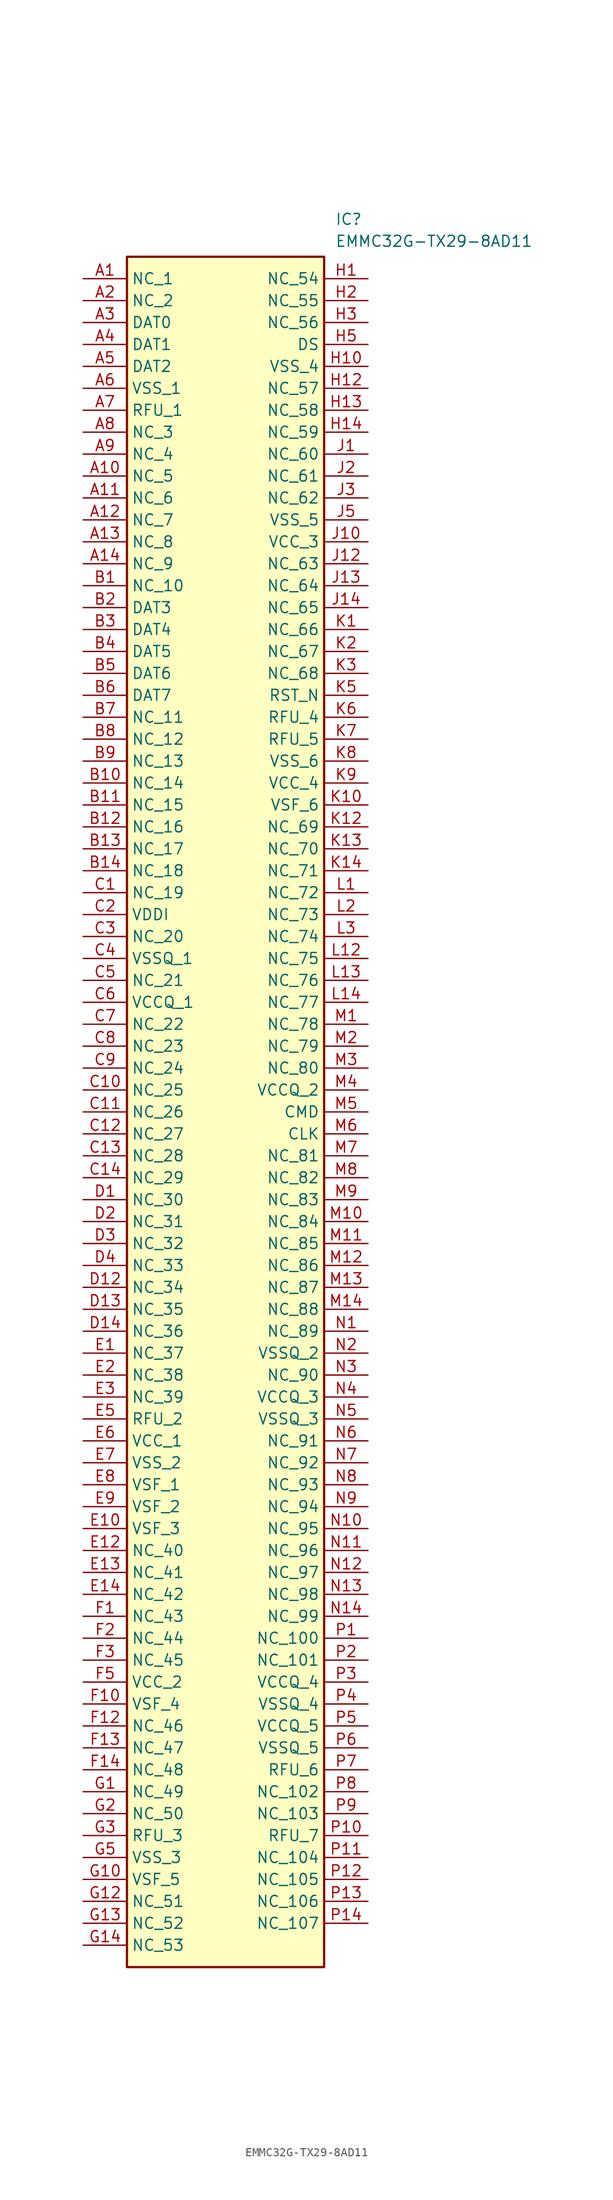
<source format=kicad_sym>
(kicad_symbol_lib
  (version 20211014)
  (generator SamacSys_ECAD_Model)
  (symbol "EMMC32G-TX29-8AD11"
    (property "Reference" "IC"
      (at 29.21 7.62 0)
      (effects (font (size 1.27 1.27)) (justify left top)))
    (property "Value" "EMMC32G-TX29-8AD11"
      (at 29.21 5.08 0)
      (effects (font (size 1.27 1.27)) (justify left top)))
    (rectangle
      (start 5.08 2.54)
      (end 27.94 -195.58)
      (stroke (width 0.254) (type default))
      (fill (type background)))
    (pin passive line
      (at 0 0 0)
      (length 5.08)
      (name "NC_1" (effects (font (size 1.27 1.27))))
      (number "A1" (effects (font (size 1.27 1.27)))))
    (pin passive line
      (at 0 -2.54 0)
      (length 5.08)
      (name "NC_2" (effects (font (size 1.27 1.27))))
      (number "A2" (effects (font (size 1.27 1.27)))))
    (pin passive line
      (at 0 -5.08 0)
      (length 5.08)
      (name "DAT0" (effects (font (size 1.27 1.27))))
      (number "A3" (effects (font (size 1.27 1.27)))))
    (pin passive line
      (at 0 -7.62 0)
      (length 5.08)
      (name "DAT1" (effects (font (size 1.27 1.27))))
      (number "A4" (effects (font (size 1.27 1.27)))))
    (pin passive line
      (at 0 -10.16 0)
      (length 5.08)
      (name "DAT2" (effects (font (size 1.27 1.27))))
      (number "A5" (effects (font (size 1.27 1.27)))))
    (pin passive line
      (at 0 -12.7 0)
      (length 5.08)
      (name "VSS_1" (effects (font (size 1.27 1.27))))
      (number "A6" (effects (font (size 1.27 1.27)))))
    (pin passive line
      (at 0 -15.24 0)
      (length 5.08)
      (name "RFU_1" (effects (font (size 1.27 1.27))))
      (number "A7" (effects (font (size 1.27 1.27)))))
    (pin passive line
      (at 0 -17.78 0)
      (length 5.08)
      (name "NC_3" (effects (font (size 1.27 1.27))))
      (number "A8" (effects (font (size 1.27 1.27)))))
    (pin passive line
      (at 0 -20.32 0)
      (length 5.08)
      (name "NC_4" (effects (font (size 1.27 1.27))))
      (number "A9" (effects (font (size 1.27 1.27)))))
    (pin passive line
      (at 0 -22.86 0)
      (length 5.08)
      (name "NC_5" (effects (font (size 1.27 1.27))))
      (number "A10" (effects (font (size 1.27 1.27)))))
    (pin passive line
      (at 0 -25.4 0)
      (length 5.08)
      (name "NC_6" (effects (font (size 1.27 1.27))))
      (number "A11" (effects (font (size 1.27 1.27)))))
    (pin passive line
      (at 0 -27.94 0)
      (length 5.08)
      (name "NC_7" (effects (font (size 1.27 1.27))))
      (number "A12" (effects (font (size 1.27 1.27)))))
    (pin passive line
      (at 0 -30.48 0)
      (length 5.08)
      (name "NC_8" (effects (font (size 1.27 1.27))))
      (number "A13" (effects (font (size 1.27 1.27)))))
    (pin passive line
      (at 0 -33.02 0)
      (length 5.08)
      (name "NC_9" (effects (font (size 1.27 1.27))))
      (number "A14" (effects (font (size 1.27 1.27)))))
    (pin passive line
      (at 0 -35.56 0)
      (length 5.08)
      (name "NC_10" (effects (font (size 1.27 1.27))))
      (number "B1" (effects (font (size 1.27 1.27)))))
    (pin passive line
      (at 0 -38.1 0)
      (length 5.08)
      (name "DAT3" (effects (font (size 1.27 1.27))))
      (number "B2" (effects (font (size 1.27 1.27)))))
    (pin passive line
      (at 0 -40.64 0)
      (length 5.08)
      (name "DAT4" (effects (font (size 1.27 1.27))))
      (number "B3" (effects (font (size 1.27 1.27)))))
    (pin passive line
      (at 0 -43.18 0)
      (length 5.08)
      (name "DAT5" (effects (font (size 1.27 1.27))))
      (number "B4" (effects (font (size 1.27 1.27)))))
    (pin passive line
      (at 0 -45.72 0)
      (length 5.08)
      (name "DAT6" (effects (font (size 1.27 1.27))))
      (number "B5" (effects (font (size 1.27 1.27)))))
    (pin passive line
      (at 0 -48.26 0)
      (length 5.08)
      (name "DAT7" (effects (font (size 1.27 1.27))))
      (number "B6" (effects (font (size 1.27 1.27)))))
    (pin passive line
      (at 0 -50.8 0)
      (length 5.08)
      (name "NC_11" (effects (font (size 1.27 1.27))))
      (number "B7" (effects (font (size 1.27 1.27)))))
    (pin passive line
      (at 0 -53.34 0)
      (length 5.08)
      (name "NC_12" (effects (font (size 1.27 1.27))))
      (number "B8" (effects (font (size 1.27 1.27)))))
    (pin passive line
      (at 0 -55.88 0)
      (length 5.08)
      (name "NC_13" (effects (font (size 1.27 1.27))))
      (number "B9" (effects (font (size 1.27 1.27)))))
    (pin passive line
      (at 0 -58.42 0)
      (length 5.08)
      (name "NC_14" (effects (font (size 1.27 1.27))))
      (number "B10" (effects (font (size 1.27 1.27)))))
    (pin passive line
      (at 0 -60.96 0)
      (length 5.08)
      (name "NC_15" (effects (font (size 1.27 1.27))))
      (number "B11" (effects (font (size 1.27 1.27)))))
    (pin passive line
      (at 0 -63.5 0)
      (length 5.08)
      (name "NC_16" (effects (font (size 1.27 1.27))))
      (number "B12" (effects (font (size 1.27 1.27)))))
    (pin passive line
      (at 0 -66.04 0)
      (length 5.08)
      (name "NC_17" (effects (font (size 1.27 1.27))))
      (number "B13" (effects (font (size 1.27 1.27)))))
    (pin passive line
      (at 0 -68.58 0)
      (length 5.08)
      (name "NC_18" (effects (font (size 1.27 1.27))))
      (number "B14" (effects (font (size 1.27 1.27)))))
    (pin passive line
      (at 0 -71.12 0)
      (length 5.08)
      (name "NC_19" (effects (font (size 1.27 1.27))))
      (number "C1" (effects (font (size 1.27 1.27)))))
    (pin passive line
      (at 0 -73.66 0)
      (length 5.08)
      (name "VDDI" (effects (font (size 1.27 1.27))))
      (number "C2" (effects (font (size 1.27 1.27)))))
    (pin passive line
      (at 0 -76.2 0)
      (length 5.08)
      (name "NC_20" (effects (font (size 1.27 1.27))))
      (number "C3" (effects (font (size 1.27 1.27)))))
    (pin passive line
      (at 0 -78.74 0)
      (length 5.08)
      (name "VSSQ_1" (effects (font (size 1.27 1.27))))
      (number "C4" (effects (font (size 1.27 1.27)))))
    (pin passive line
      (at 0 -81.28 0)
      (length 5.08)
      (name "NC_21" (effects (font (size 1.27 1.27))))
      (number "C5" (effects (font (size 1.27 1.27)))))
    (pin passive line
      (at 0 -83.82 0)
      (length 5.08)
      (name "VCCQ_1" (effects (font (size 1.27 1.27))))
      (number "C6" (effects (font (size 1.27 1.27)))))
    (pin passive line
      (at 0 -86.36 0)
      (length 5.08)
      (name "NC_22" (effects (font (size 1.27 1.27))))
      (number "C7" (effects (font (size 1.27 1.27)))))
    (pin passive line
      (at 0 -88.9 0)
      (length 5.08)
      (name "NC_23" (effects (font (size 1.27 1.27))))
      (number "C8" (effects (font (size 1.27 1.27)))))
    (pin passive line
      (at 0 -91.44 0)
      (length 5.08)
      (name "NC_24" (effects (font (size 1.27 1.27))))
      (number "C9" (effects (font (size 1.27 1.27)))))
    (pin passive line
      (at 0 -93.98 0)
      (length 5.08)
      (name "NC_25" (effects (font (size 1.27 1.27))))
      (number "C10" (effects (font (size 1.27 1.27)))))
    (pin passive line
      (at 0 -96.52 0)
      (length 5.08)
      (name "NC_26" (effects (font (size 1.27 1.27))))
      (number "C11" (effects (font (size 1.27 1.27)))))
    (pin passive line
      (at 0 -99.06 0)
      (length 5.08)
      (name "NC_27" (effects (font (size 1.27 1.27))))
      (number "C12" (effects (font (size 1.27 1.27)))))
    (pin passive line
      (at 0 -101.6 0)
      (length 5.08)
      (name "NC_28" (effects (font (size 1.27 1.27))))
      (number "C13" (effects (font (size 1.27 1.27)))))
    (pin passive line
      (at 0 -104.14 0)
      (length 5.08)
      (name "NC_29" (effects (font (size 1.27 1.27))))
      (number "C14" (effects (font (size 1.27 1.27)))))
    (pin passive line
      (at 0 -106.68 0)
      (length 5.08)
      (name "NC_30" (effects (font (size 1.27 1.27))))
      (number "D1" (effects (font (size 1.27 1.27)))))
    (pin passive line
      (at 0 -109.22 0)
      (length 5.08)
      (name "NC_31" (effects (font (size 1.27 1.27))))
      (number "D2" (effects (font (size 1.27 1.27)))))
    (pin passive line
      (at 0 -111.76 0)
      (length 5.08)
      (name "NC_32" (effects (font (size 1.27 1.27))))
      (number "D3" (effects (font (size 1.27 1.27)))))
    (pin passive line
      (at 0 -114.3 0)
      (length 5.08)
      (name "NC_33" (effects (font (size 1.27 1.27))))
      (number "D4" (effects (font (size 1.27 1.27)))))
    (pin passive line
      (at 0 -116.84 0)
      (length 5.08)
      (name "NC_34" (effects (font (size 1.27 1.27))))
      (number "D12" (effects (font (size 1.27 1.27)))))
    (pin passive line
      (at 0 -119.38 0)
      (length 5.08)
      (name "NC_35" (effects (font (size 1.27 1.27))))
      (number "D13" (effects (font (size 1.27 1.27)))))
    (pin passive line
      (at 0 -121.92 0)
      (length 5.08)
      (name "NC_36" (effects (font (size 1.27 1.27))))
      (number "D14" (effects (font (size 1.27 1.27)))))
    (pin passive line
      (at 0 -124.46 0)
      (length 5.08)
      (name "NC_37" (effects (font (size 1.27 1.27))))
      (number "E1" (effects (font (size 1.27 1.27)))))
    (pin passive line
      (at 0 -127 0)
      (length 5.08)
      (name "NC_38" (effects (font (size 1.27 1.27))))
      (number "E2" (effects (font (size 1.27 1.27)))))
    (pin passive line
      (at 0 -129.54 0)
      (length 5.08)
      (name "NC_39" (effects (font (size 1.27 1.27))))
      (number "E3" (effects (font (size 1.27 1.27)))))
    (pin passive line
      (at 0 -132.08 0)
      (length 5.08)
      (name "RFU_2" (effects (font (size 1.27 1.27))))
      (number "E5" (effects (font (size 1.27 1.27)))))
    (pin passive line
      (at 0 -134.62 0)
      (length 5.08)
      (name "VCC_1" (effects (font (size 1.27 1.27))))
      (number "E6" (effects (font (size 1.27 1.27)))))
    (pin passive line
      (at 0 -137.16 0)
      (length 5.08)
      (name "VSS_2" (effects (font (size 1.27 1.27))))
      (number "E7" (effects (font (size 1.27 1.27)))))
    (pin passive line
      (at 0 -139.7 0)
      (length 5.08)
      (name "VSF_1" (effects (font (size 1.27 1.27))))
      (number "E8" (effects (font (size 1.27 1.27)))))
    (pin passive line
      (at 0 -142.24 0)
      (length 5.08)
      (name "VSF_2" (effects (font (size 1.27 1.27))))
      (number "E9" (effects (font (size 1.27 1.27)))))
    (pin passive line
      (at 0 -144.78 0)
      (length 5.08)
      (name "VSF_3" (effects (font (size 1.27 1.27))))
      (number "E10" (effects (font (size 1.27 1.27)))))
    (pin passive line
      (at 0 -147.32 0)
      (length 5.08)
      (name "NC_40" (effects (font (size 1.27 1.27))))
      (number "E12" (effects (font (size 1.27 1.27)))))
    (pin passive line
      (at 0 -149.86 0)
      (length 5.08)
      (name "NC_41" (effects (font (size 1.27 1.27))))
      (number "E13" (effects (font (size 1.27 1.27)))))
    (pin passive line
      (at 0 -152.4 0)
      (length 5.08)
      (name "NC_42" (effects (font (size 1.27 1.27))))
      (number "E14" (effects (font (size 1.27 1.27)))))
    (pin passive line
      (at 0 -154.94 0)
      (length 5.08)
      (name "NC_43" (effects (font (size 1.27 1.27))))
      (number "F1" (effects (font (size 1.27 1.27)))))
    (pin passive line
      (at 0 -157.48 0)
      (length 5.08)
      (name "NC_44" (effects (font (size 1.27 1.27))))
      (number "F2" (effects (font (size 1.27 1.27)))))
    (pin passive line
      (at 0 -160.02 0)
      (length 5.08)
      (name "NC_45" (effects (font (size 1.27 1.27))))
      (number "F3" (effects (font (size 1.27 1.27)))))
    (pin passive line
      (at 0 -162.56 0)
      (length 5.08)
      (name "VCC_2" (effects (font (size 1.27 1.27))))
      (number "F5" (effects (font (size 1.27 1.27)))))
    (pin passive line
      (at 0 -165.1 0)
      (length 5.08)
      (name "VSF_4" (effects (font (size 1.27 1.27))))
      (number "F10" (effects (font (size 1.27 1.27)))))
    (pin passive line
      (at 0 -167.64 0)
      (length 5.08)
      (name "NC_46" (effects (font (size 1.27 1.27))))
      (number "F12" (effects (font (size 1.27 1.27)))))
    (pin passive line
      (at 0 -170.18 0)
      (length 5.08)
      (name "NC_47" (effects (font (size 1.27 1.27))))
      (number "F13" (effects (font (size 1.27 1.27)))))
    (pin passive line
      (at 0 -172.72 0)
      (length 5.08)
      (name "NC_48" (effects (font (size 1.27 1.27))))
      (number "F14" (effects (font (size 1.27 1.27)))))
    (pin passive line
      (at 0 -175.26 0)
      (length 5.08)
      (name "NC_49" (effects (font (size 1.27 1.27))))
      (number "G1" (effects (font (size 1.27 1.27)))))
    (pin passive line
      (at 0 -177.8 0)
      (length 5.08)
      (name "NC_50" (effects (font (size 1.27 1.27))))
      (number "G2" (effects (font (size 1.27 1.27)))))
    (pin passive line
      (at 0 -180.34 0)
      (length 5.08)
      (name "RFU_3" (effects (font (size 1.27 1.27))))
      (number "G3" (effects (font (size 1.27 1.27)))))
    (pin passive line
      (at 0 -182.88 0)
      (length 5.08)
      (name "VSS_3" (effects (font (size 1.27 1.27))))
      (number "G5" (effects (font (size 1.27 1.27)))))
    (pin passive line
      (at 0 -185.42 0)
      (length 5.08)
      (name "VSF_5" (effects (font (size 1.27 1.27))))
      (number "G10" (effects (font (size 1.27 1.27)))))
    (pin passive line
      (at 0 -187.96 0)
      (length 5.08)
      (name "NC_51" (effects (font (size 1.27 1.27))))
      (number "G12" (effects (font (size 1.27 1.27)))))
    (pin passive line
      (at 0 -190.5 0)
      (length 5.08)
      (name "NC_52" (effects (font (size 1.27 1.27))))
      (number "G13" (effects (font (size 1.27 1.27)))))
    (pin passive line
      (at 0 -193.04 0)
      (length 5.08)
      (name "NC_53" (effects (font (size 1.27 1.27))))
      (number "G14" (effects (font (size 1.27 1.27)))))
    (pin passive line
      (at 33.02 0 180)
      (length 5.08)
      (name "NC_54" (effects (font (size 1.27 1.27))))
      (number "H1" (effects (font (size 1.27 1.27)))))
    (pin passive line
      (at 33.02 -2.54 180)
      (length 5.08)
      (name "NC_55" (effects (font (size 1.27 1.27))))
      (number "H2" (effects (font (size 1.27 1.27)))))
    (pin passive line
      (at 33.02 -5.08 180)
      (length 5.08)
      (name "NC_56" (effects (font (size 1.27 1.27))))
      (number "H3" (effects (font (size 1.27 1.27)))))
    (pin passive line
      (at 33.02 -7.62 180)
      (length 5.08)
      (name "DS" (effects (font (size 1.27 1.27))))
      (number "H5" (effects (font (size 1.27 1.27)))))
    (pin passive line
      (at 33.02 -10.16 180)
      (length 5.08)
      (name "VSS_4" (effects (font (size 1.27 1.27))))
      (number "H10" (effects (font (size 1.27 1.27)))))
    (pin passive line
      (at 33.02 -12.7 180)
      (length 5.08)
      (name "NC_57" (effects (font (size 1.27 1.27))))
      (number "H12" (effects (font (size 1.27 1.27)))))
    (pin passive line
      (at 33.02 -15.24 180)
      (length 5.08)
      (name "NC_58" (effects (font (size 1.27 1.27))))
      (number "H13" (effects (font (size 1.27 1.27)))))
    (pin passive line
      (at 33.02 -17.78 180)
      (length 5.08)
      (name "NC_59" (effects (font (size 1.27 1.27))))
      (number "H14" (effects (font (size 1.27 1.27)))))
    (pin passive line
      (at 33.02 -20.32 180)
      (length 5.08)
      (name "NC_60" (effects (font (size 1.27 1.27))))
      (number "J1" (effects (font (size 1.27 1.27)))))
    (pin passive line
      (at 33.02 -22.86 180)
      (length 5.08)
      (name "NC_61" (effects (font (size 1.27 1.27))))
      (number "J2" (effects (font (size 1.27 1.27)))))
    (pin passive line
      (at 33.02 -25.4 180)
      (length 5.08)
      (name "NC_62" (effects (font (size 1.27 1.27))))
      (number "J3" (effects (font (size 1.27 1.27)))))
    (pin passive line
      (at 33.02 -27.94 180)
      (length 5.08)
      (name "VSS_5" (effects (font (size 1.27 1.27))))
      (number "J5" (effects (font (size 1.27 1.27)))))
    (pin passive line
      (at 33.02 -30.48 180)
      (length 5.08)
      (name "VCC_3" (effects (font (size 1.27 1.27))))
      (number "J10" (effects (font (size 1.27 1.27)))))
    (pin passive line
      (at 33.02 -33.02 180)
      (length 5.08)
      (name "NC_63" (effects (font (size 1.27 1.27))))
      (number "J12" (effects (font (size 1.27 1.27)))))
    (pin passive line
      (at 33.02 -35.56 180)
      (length 5.08)
      (name "NC_64" (effects (font (size 1.27 1.27))))
      (number "J13" (effects (font (size 1.27 1.27)))))
    (pin passive line
      (at 33.02 -38.1 180)
      (length 5.08)
      (name "NC_65" (effects (font (size 1.27 1.27))))
      (number "J14" (effects (font (size 1.27 1.27)))))
    (pin passive line
      (at 33.02 -40.64 180)
      (length 5.08)
      (name "NC_66" (effects (font (size 1.27 1.27))))
      (number "K1" (effects (font (size 1.27 1.27)))))
    (pin passive line
      (at 33.02 -43.18 180)
      (length 5.08)
      (name "NC_67" (effects (font (size 1.27 1.27))))
      (number "K2" (effects (font (size 1.27 1.27)))))
    (pin passive line
      (at 33.02 -45.72 180)
      (length 5.08)
      (name "NC_68" (effects (font (size 1.27 1.27))))
      (number "K3" (effects (font (size 1.27 1.27)))))
    (pin passive line
      (at 33.02 -48.26 180)
      (length 5.08)
      (name "RST_N" (effects (font (size 1.27 1.27))))
      (number "K5" (effects (font (size 1.27 1.27)))))
    (pin passive line
      (at 33.02 -50.8 180)
      (length 5.08)
      (name "RFU_4" (effects (font (size 1.27 1.27))))
      (number "K6" (effects (font (size 1.27 1.27)))))
    (pin passive line
      (at 33.02 -53.34 180)
      (length 5.08)
      (name "RFU_5" (effects (font (size 1.27 1.27))))
      (number "K7" (effects (font (size 1.27 1.27)))))
    (pin passive line
      (at 33.02 -55.88 180)
      (length 5.08)
      (name "VSS_6" (effects (font (size 1.27 1.27))))
      (number "K8" (effects (font (size 1.27 1.27)))))
    (pin passive line
      (at 33.02 -58.42 180)
      (length 5.08)
      (name "VCC_4" (effects (font (size 1.27 1.27))))
      (number "K9" (effects (font (size 1.27 1.27)))))
    (pin passive line
      (at 33.02 -60.96 180)
      (length 5.08)
      (name "VSF_6" (effects (font (size 1.27 1.27))))
      (number "K10" (effects (font (size 1.27 1.27)))))
    (pin passive line
      (at 33.02 -63.5 180)
      (length 5.08)
      (name "NC_69" (effects (font (size 1.27 1.27))))
      (number "K12" (effects (font (size 1.27 1.27)))))
    (pin passive line
      (at 33.02 -66.04 180)
      (length 5.08)
      (name "NC_70" (effects (font (size 1.27 1.27))))
      (number "K13" (effects (font (size 1.27 1.27)))))
    (pin passive line
      (at 33.02 -68.58 180)
      (length 5.08)
      (name "NC_71" (effects (font (size 1.27 1.27))))
      (number "K14" (effects (font (size 1.27 1.27)))))
    (pin passive line
      (at 33.02 -71.12 180)
      (length 5.08)
      (name "NC_72" (effects (font (size 1.27 1.27))))
      (number "L1" (effects (font (size 1.27 1.27)))))
    (pin passive line
      (at 33.02 -73.66 180)
      (length 5.08)
      (name "NC_73" (effects (font (size 1.27 1.27))))
      (number "L2" (effects (font (size 1.27 1.27)))))
    (pin passive line
      (at 33.02 -76.2 180)
      (length 5.08)
      (name "NC_74" (effects (font (size 1.27 1.27))))
      (number "L3" (effects (font (size 1.27 1.27)))))
    (pin passive line
      (at 33.02 -78.74 180)
      (length 5.08)
      (name "NC_75" (effects (font (size 1.27 1.27))))
      (number "L12" (effects (font (size 1.27 1.27)))))
    (pin passive line
      (at 33.02 -81.28 180)
      (length 5.08)
      (name "NC_76" (effects (font (size 1.27 1.27))))
      (number "L13" (effects (font (size 1.27 1.27)))))
    (pin passive line
      (at 33.02 -83.82 180)
      (length 5.08)
      (name "NC_77" (effects (font (size 1.27 1.27))))
      (number "L14" (effects (font (size 1.27 1.27)))))
    (pin passive line
      (at 33.02 -86.36 180)
      (length 5.08)
      (name "NC_78" (effects (font (size 1.27 1.27))))
      (number "M1" (effects (font (size 1.27 1.27)))))
    (pin passive line
      (at 33.02 -88.9 180)
      (length 5.08)
      (name "NC_79" (effects (font (size 1.27 1.27))))
      (number "M2" (effects (font (size 1.27 1.27)))))
    (pin passive line
      (at 33.02 -91.44 180)
      (length 5.08)
      (name "NC_80" (effects (font (size 1.27 1.27))))
      (number "M3" (effects (font (size 1.27 1.27)))))
    (pin passive line
      (at 33.02 -93.98 180)
      (length 5.08)
      (name "VCCQ_2" (effects (font (size 1.27 1.27))))
      (number "M4" (effects (font (size 1.27 1.27)))))
    (pin passive line
      (at 33.02 -96.52 180)
      (length 5.08)
      (name "CMD" (effects (font (size 1.27 1.27))))
      (number "M5" (effects (font (size 1.27 1.27)))))
    (pin passive line
      (at 33.02 -99.06 180)
      (length 5.08)
      (name "CLK" (effects (font (size 1.27 1.27))))
      (number "M6" (effects (font (size 1.27 1.27)))))
    (pin passive line
      (at 33.02 -101.6 180)
      (length 5.08)
      (name "NC_81" (effects (font (size 1.27 1.27))))
      (number "M7" (effects (font (size 1.27 1.27)))))
    (pin passive line
      (at 33.02 -104.14 180)
      (length 5.08)
      (name "NC_82" (effects (font (size 1.27 1.27))))
      (number "M8" (effects (font (size 1.27 1.27)))))
    (pin passive line
      (at 33.02 -106.68 180)
      (length 5.08)
      (name "NC_83" (effects (font (size 1.27 1.27))))
      (number "M9" (effects (font (size 1.27 1.27)))))
    (pin passive line
      (at 33.02 -109.22 180)
      (length 5.08)
      (name "NC_84" (effects (font (size 1.27 1.27))))
      (number "M10" (effects (font (size 1.27 1.27)))))
    (pin passive line
      (at 33.02 -111.76 180)
      (length 5.08)
      (name "NC_85" (effects (font (size 1.27 1.27))))
      (number "M11" (effects (font (size 1.27 1.27)))))
    (pin passive line
      (at 33.02 -114.3 180)
      (length 5.08)
      (name "NC_86" (effects (font (size 1.27 1.27))))
      (number "M12" (effects (font (size 1.27 1.27)))))
    (pin passive line
      (at 33.02 -116.84 180)
      (length 5.08)
      (name "NC_87" (effects (font (size 1.27 1.27))))
      (number "M13" (effects (font (size 1.27 1.27)))))
    (pin passive line
      (at 33.02 -119.38 180)
      (length 5.08)
      (name "NC_88" (effects (font (size 1.27 1.27))))
      (number "M14" (effects (font (size 1.27 1.27)))))
    (pin passive line
      (at 33.02 -121.92 180)
      (length 5.08)
      (name "NC_89" (effects (font (size 1.27 1.27))))
      (number "N1" (effects (font (size 1.27 1.27)))))
    (pin passive line
      (at 33.02 -124.46 180)
      (length 5.08)
      (name "VSSQ_2" (effects (font (size 1.27 1.27))))
      (number "N2" (effects (font (size 1.27 1.27)))))
    (pin passive line
      (at 33.02 -127 180)
      (length 5.08)
      (name "NC_90" (effects (font (size 1.27 1.27))))
      (number "N3" (effects (font (size 1.27 1.27)))))
    (pin passive line
      (at 33.02 -129.54 180)
      (length 5.08)
      (name "VCCQ_3" (effects (font (size 1.27 1.27))))
      (number "N4" (effects (font (size 1.27 1.27)))))
    (pin passive line
      (at 33.02 -132.08 180)
      (length 5.08)
      (name "VSSQ_3" (effects (font (size 1.27 1.27))))
      (number "N5" (effects (font (size 1.27 1.27)))))
    (pin passive line
      (at 33.02 -134.62 180)
      (length 5.08)
      (name "NC_91" (effects (font (size 1.27 1.27))))
      (number "N6" (effects (font (size 1.27 1.27)))))
    (pin passive line
      (at 33.02 -137.16 180)
      (length 5.08)
      (name "NC_92" (effects (font (size 1.27 1.27))))
      (number "N7" (effects (font (size 1.27 1.27)))))
    (pin passive line
      (at 33.02 -139.7 180)
      (length 5.08)
      (name "NC_93" (effects (font (size 1.27 1.27))))
      (number "N8" (effects (font (size 1.27 1.27)))))
    (pin passive line
      (at 33.02 -142.24 180)
      (length 5.08)
      (name "NC_94" (effects (font (size 1.27 1.27))))
      (number "N9" (effects (font (size 1.27 1.27)))))
    (pin passive line
      (at 33.02 -144.78 180)
      (length 5.08)
      (name "NC_95" (effects (font (size 1.27 1.27))))
      (number "N10" (effects (font (size 1.27 1.27)))))
    (pin passive line
      (at 33.02 -147.32 180)
      (length 5.08)
      (name "NC_96" (effects (font (size 1.27 1.27))))
      (number "N11" (effects (font (size 1.27 1.27)))))
    (pin passive line
      (at 33.02 -149.86 180)
      (length 5.08)
      (name "NC_97" (effects (font (size 1.27 1.27))))
      (number "N12" (effects (font (size 1.27 1.27)))))
    (pin passive line
      (at 33.02 -152.4 180)
      (length 5.08)
      (name "NC_98" (effects (font (size 1.27 1.27))))
      (number "N13" (effects (font (size 1.27 1.27)))))
    (pin passive line
      (at 33.02 -154.94 180)
      (length 5.08)
      (name "NC_99" (effects (font (size 1.27 1.27))))
      (number "N14" (effects (font (size 1.27 1.27)))))
    (pin passive line
      (at 33.02 -157.48 180)
      (length 5.08)
      (name "NC_100" (effects (font (size 1.27 1.27))))
      (number "P1" (effects (font (size 1.27 1.27)))))
    (pin passive line
      (at 33.02 -160.02 180)
      (length 5.08)
      (name "NC_101" (effects (font (size 1.27 1.27))))
      (number "P2" (effects (font (size 1.27 1.27)))))
    (pin passive line
      (at 33.02 -162.56 180)
      (length 5.08)
      (name "VCCQ_4" (effects (font (size 1.27 1.27))))
      (number "P3" (effects (font (size 1.27 1.27)))))
    (pin passive line
      (at 33.02 -165.1 180)
      (length 5.08)
      (name "VSSQ_4" (effects (font (size 1.27 1.27))))
      (number "P4" (effects (font (size 1.27 1.27)))))
    (pin passive line
      (at 33.02 -167.64 180)
      (length 5.08)
      (name "VCCQ_5" (effects (font (size 1.27 1.27))))
      (number "P5" (effects (font (size 1.27 1.27)))))
    (pin passive line
      (at 33.02 -170.18 180)
      (length 5.08)
      (name "VSSQ_5" (effects (font (size 1.27 1.27))))
      (number "P6" (effects (font (size 1.27 1.27)))))
    (pin passive line
      (at 33.02 -172.72 180)
      (length 5.08)
      (name "RFU_6" (effects (font (size 1.27 1.27))))
      (number "P7" (effects (font (size 1.27 1.27)))))
    (pin passive line
      (at 33.02 -175.26 180)
      (length 5.08)
      (name "NC_102" (effects (font (size 1.27 1.27))))
      (number "P8" (effects (font (size 1.27 1.27)))))
    (pin passive line
      (at 33.02 -177.8 180)
      (length 5.08)
      (name "NC_103" (effects (font (size 1.27 1.27))))
      (number "P9" (effects (font (size 1.27 1.27)))))
    (pin passive line
      (at 33.02 -180.34 180)
      (length 5.08)
      (name "RFU_7" (effects (font (size 1.27 1.27))))
      (number "P10" (effects (font (size 1.27 1.27)))))
    (pin passive line
      (at 33.02 -182.88 180)
      (length 5.08)
      (name "NC_104" (effects (font (size 1.27 1.27))))
      (number "P11" (effects (font (size 1.27 1.27)))))
    (pin passive line
      (at 33.02 -185.42 180)
      (length 5.08)
      (name "NC_105" (effects (font (size 1.27 1.27))))
      (number "P12" (effects (font (size 1.27 1.27)))))
    (pin passive line
      (at 33.02 -187.96 180)
      (length 5.08)
      (name "NC_106" (effects (font (size 1.27 1.27))))
      (number "P13" (effects (font (size 1.27 1.27)))))
    (pin passive line
      (at 33.02 -190.5 180)
      (length 5.08)
      (name "NC_107" (effects (font (size 1.27 1.27))))
      (number "P14" (effects (font (size 1.27 1.27)))))))
</source>
